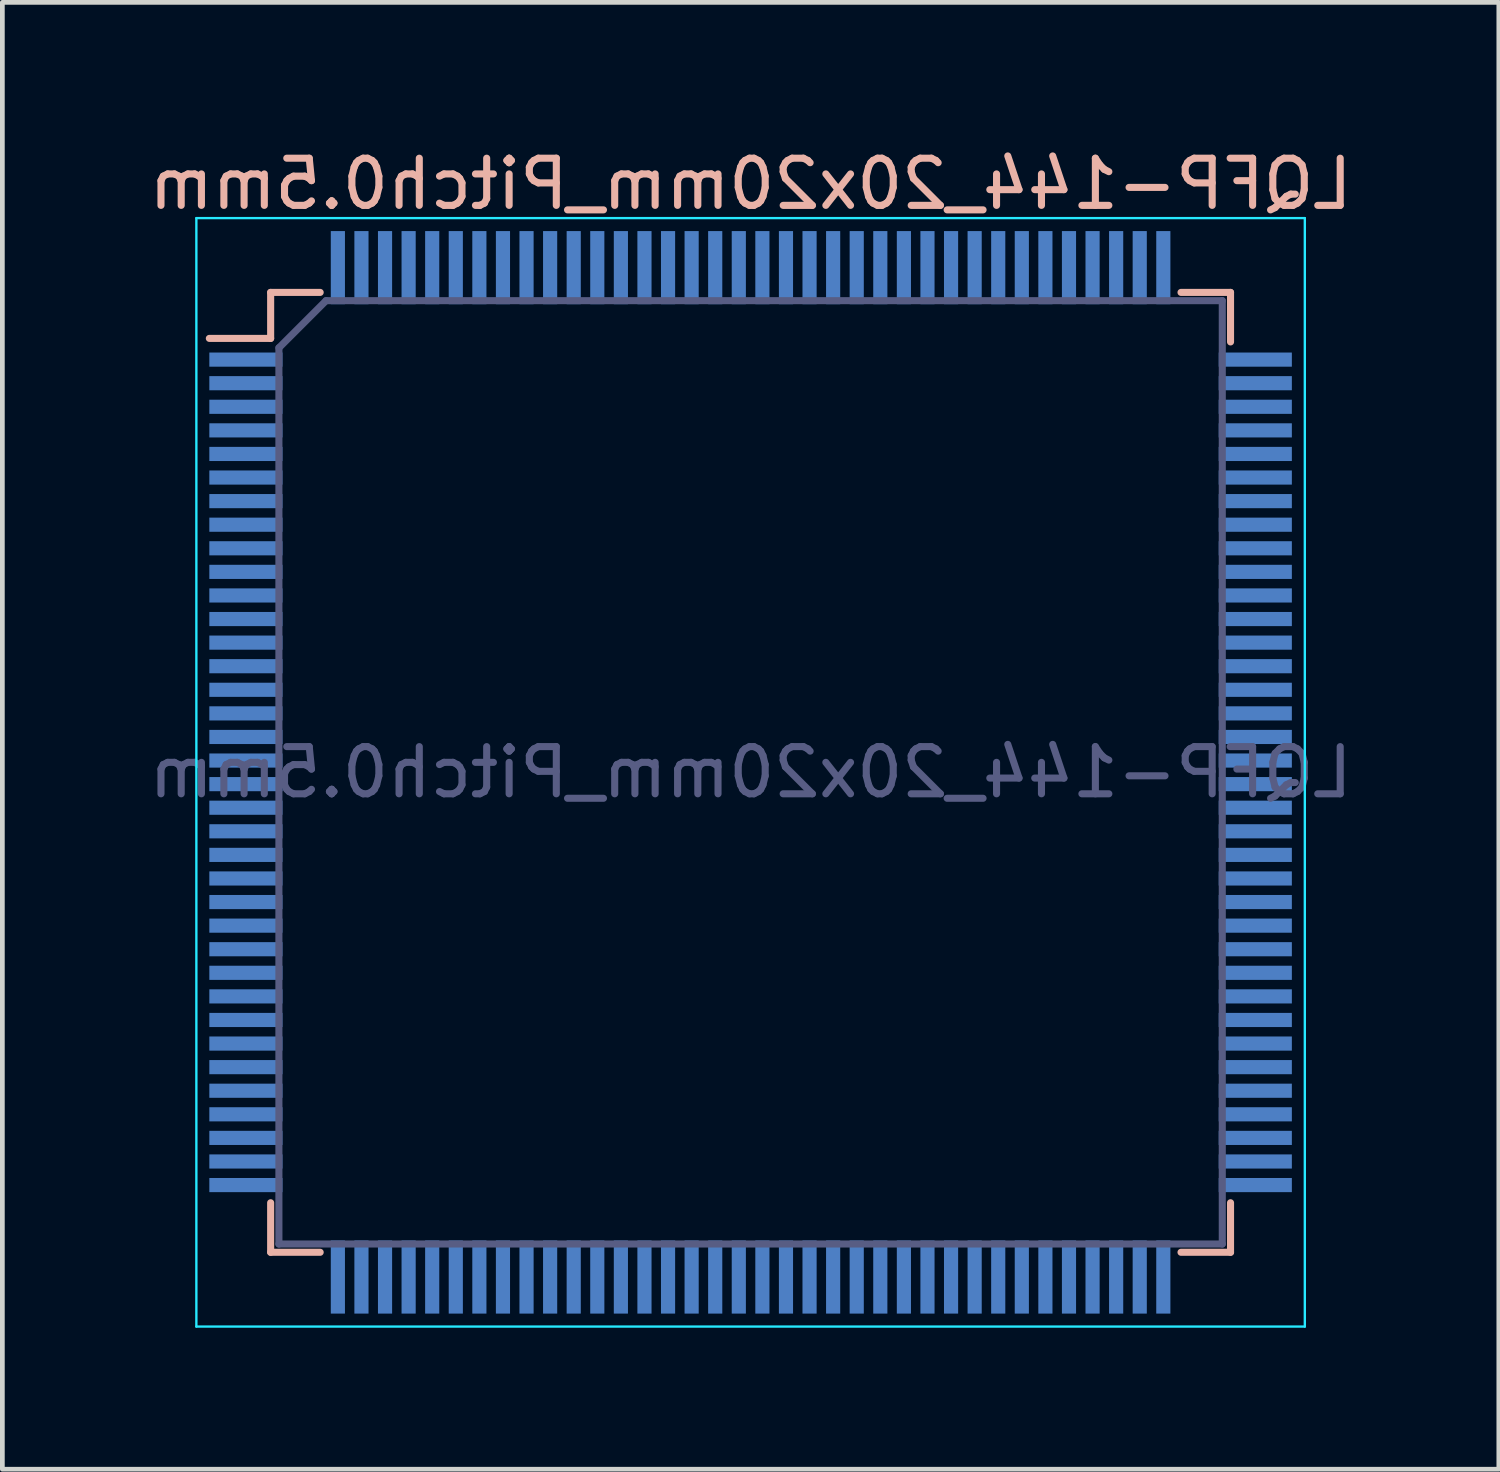
<source format=kicad_pcb>
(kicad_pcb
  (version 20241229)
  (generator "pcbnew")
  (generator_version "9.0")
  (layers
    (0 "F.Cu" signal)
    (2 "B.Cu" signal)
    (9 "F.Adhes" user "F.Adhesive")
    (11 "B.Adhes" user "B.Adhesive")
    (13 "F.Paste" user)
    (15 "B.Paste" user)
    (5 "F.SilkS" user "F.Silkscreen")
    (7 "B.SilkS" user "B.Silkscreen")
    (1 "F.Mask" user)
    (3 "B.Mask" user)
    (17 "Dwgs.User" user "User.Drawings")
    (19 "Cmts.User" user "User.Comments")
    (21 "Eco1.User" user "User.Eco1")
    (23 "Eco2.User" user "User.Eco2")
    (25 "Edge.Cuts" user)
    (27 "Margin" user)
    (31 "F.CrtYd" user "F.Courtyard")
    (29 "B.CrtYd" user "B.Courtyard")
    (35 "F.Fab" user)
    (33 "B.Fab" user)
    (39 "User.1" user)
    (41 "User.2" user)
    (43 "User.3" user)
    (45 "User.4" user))
  (footprint "LQFP-144_20x20mm_Pitch0.5mm"
    (layer "F.Cu")
    (at 12.863 13.349)
    (property "Reference" "LQFP-144_20x20mm_Pitch0.5mm" (at 0 -12.5 180) (layer "B.SilkS") (effects (font (size 1 1) (thickness 0.15)) (justify mirror)))
    (attr smd)
    (fp_line (start -10.175 -10.2) (end -10.175 -9.225) (stroke (width 0.15) (type solid)) (layer "B.SilkS"))
    (fp_line (start -10.175 -10.2) (end -9.125 -10.2) (stroke (width 0.15) (type solid)) (layer "B.SilkS"))
    (fp_line (start -10.175 -9.225) (end -11.475 -9.225) (stroke (width 0.15) (type solid)) (layer "B.SilkS"))
    (fp_line (start -10.175 10.15) (end -10.175 9.1) (stroke (width 0.15) (type solid)) (layer "B.SilkS"))
    (fp_line (start -10.175 10.15) (end -9.125 10.15) (stroke (width 0.15) (type solid)) (layer "B.SilkS"))
    (fp_line (start 10.175 -10.2) (end 9.125 -10.2) (stroke (width 0.15) (type solid)) (layer "B.SilkS"))
    (fp_line (start 10.175 -10.2) (end 10.175 -9.15) (stroke (width 0.15) (type solid)) (layer "B.SilkS"))
    (fp_line (start 10.175 10.15) (end 9.125 10.15) (stroke (width 0.15) (type solid)) (layer "B.SilkS"))
    (fp_line (start 10.175 10.15) (end 10.175 9.1) (stroke (width 0.15) (type solid)) (layer "B.SilkS"))
    (fp_line (start -11.75 -11.775) (end -11.75 11.725) (stroke (width 0.05) (type solid)) (layer "B.CrtYd"))
    (fp_line (start -11.75 -11.775) (end 11.75 -11.775) (stroke (width 0.05) (type solid)) (layer "B.CrtYd"))
    (fp_line (start -11.75 11.725) (end 11.75 11.725) (stroke (width 0.05) (type solid)) (layer "B.CrtYd"))
    (fp_line (start 11.75 -11.775) (end 11.75 11.725) (stroke (width 0.05) (type solid)) (layer "B.CrtYd"))
    (fp_line (start -10 -9.025) (end -9 -10.025) (stroke (width 0.15) (type solid)) (layer "B.Fab"))
    (fp_line (start -10 9.975) (end -10 -9.025) (stroke (width 0.15) (type solid)) (layer "B.Fab"))
    (fp_line (start -9 -10.025) (end 10 -10.025) (stroke (width 0.15) (type solid)) (layer "B.Fab"))
    (fp_line (start 10 -10.025) (end 10 9.975) (stroke (width 0.15) (type solid)) (layer "B.Fab"))
    (fp_line (start 10 9.975) (end -10 9.975) (stroke (width 0.15) (type solid)) (layer "B.Fab"))
    (fp_text user "${REFERENCE}" (at 0 -0.025 180) (layer "B.Fab") (effects (font (size 1 1) (thickness 0.15)) (justify mirror)))
    (pad "1" smd rect (at -10.7 -8.775 180) (size 1.55 0.3) (layers "B.Cu" "B.Mask" "B.Paste"))
    (pad "2" smd rect (at -10.7 -8.275 180) (size 1.55 0.3) (layers "B.Cu" "B.Mask" "B.Paste"))
    (pad "3" smd rect (at -10.7 -7.775 180) (size 1.55 0.3) (layers "B.Cu" "B.Mask" "B.Paste"))
    (pad "4" smd rect (at -10.7 -7.275 180) (size 1.55 0.3) (layers "B.Cu" "B.Mask" "B.Paste"))
    (pad "5" smd rect (at -10.7 -6.775 180) (size 1.55 0.3) (layers "B.Cu" "B.Mask" "B.Paste"))
    (pad "6" smd rect (at -10.7 -6.275 180) (size 1.55 0.3) (layers "B.Cu" "B.Mask" "B.Paste"))
    (pad "7" smd rect (at -10.7 -5.775 180) (size 1.55 0.3) (layers "B.Cu" "B.Mask" "B.Paste"))
    (pad "8" smd rect (at -10.7 -5.275 180) (size 1.55 0.3) (layers "B.Cu" "B.Mask" "B.Paste"))
    (pad "9" smd rect (at -10.7 -4.775 180) (size 1.55 0.3) (layers "B.Cu" "B.Mask" "B.Paste"))
    (pad "10" smd rect (at -10.7 -4.275 180) (size 1.55 0.3) (layers "B.Cu" "B.Mask" "B.Paste"))
    (pad "11" smd rect (at -10.7 -3.775 180) (size 1.55 0.3) (layers "B.Cu" "B.Mask" "B.Paste"))
    (pad "12" smd rect (at -10.7 -3.275 180) (size 1.55 0.3) (layers "B.Cu" "B.Mask" "B.Paste"))
    (pad "13" smd rect (at -10.7 -2.775 180) (size 1.55 0.3) (layers "B.Cu" "B.Mask" "B.Paste"))
    (pad "14" smd rect (at -10.7 -2.275 180) (size 1.55 0.3) (layers "B.Cu" "B.Mask" "B.Paste"))
    (pad "15" smd rect (at -10.7 -1.775 180) (size 1.55 0.3) (layers "B.Cu" "B.Mask" "B.Paste"))
    (pad "16" smd rect (at -10.7 -1.275 180) (size 1.55 0.3) (layers "B.Cu" "B.Mask" "B.Paste"))
    (pad "17" smd rect (at -10.7 -0.775 180) (size 1.55 0.3) (layers "B.Cu" "B.Mask" "B.Paste"))
    (pad "18" smd rect (at -10.7 -0.275 180) (size 1.55 0.3) (layers "B.Cu" "B.Mask" "B.Paste"))
    (pad "19" smd rect (at -10.7 0.225 180) (size 1.55 0.3) (layers "B.Cu" "B.Mask" "B.Paste"))
    (pad "20" smd rect (at -10.7 0.725 180) (size 1.55 0.3) (layers "B.Cu" "B.Mask" "B.Paste"))
    (pad "21" smd rect (at -10.7 1.225 180) (size 1.55 0.3) (layers "B.Cu" "B.Mask" "B.Paste"))
    (pad "22" smd rect (at -10.7 1.725 180) (size 1.55 0.3) (layers "B.Cu" "B.Mask" "B.Paste"))
    (pad "23" smd rect (at -10.7 2.225 180) (size 1.55 0.3) (layers "B.Cu" "B.Mask" "B.Paste"))
    (pad "24" smd rect (at -10.7 2.725 180) (size 1.55 0.3) (layers "B.Cu" "B.Mask" "B.Paste"))
    (pad "25" smd rect (at -10.7 3.225 180) (size 1.55 0.3) (layers "B.Cu" "B.Mask" "B.Paste"))
    (pad "26" smd rect (at -10.7 3.725 180) (size 1.55 0.3) (layers "B.Cu" "B.Mask" "B.Paste"))
    (pad "27" smd rect (at -10.7 4.225 180) (size 1.55 0.3) (layers "B.Cu" "B.Mask" "B.Paste"))
    (pad "28" smd rect (at -10.7 4.725 180) (size 1.55 0.3) (layers "B.Cu" "B.Mask" "B.Paste"))
    (pad "29" smd rect (at -10.7 5.225 180) (size 1.55 0.3) (layers "B.Cu" "B.Mask" "B.Paste"))
    (pad "30" smd rect (at -10.7 5.725 180) (size 1.55 0.3) (layers "B.Cu" "B.Mask" "B.Paste"))
    (pad "31" smd rect (at -10.7 6.225 180) (size 1.55 0.3) (layers "B.Cu" "B.Mask" "B.Paste"))
    (pad "32" smd rect (at -10.7 6.725 180) (size 1.55 0.3) (layers "B.Cu" "B.Mask" "B.Paste"))
    (pad "33" smd rect (at -10.7 7.225 180) (size 1.55 0.3) (layers "B.Cu" "B.Mask" "B.Paste"))
    (pad "34" smd rect (at -10.7 7.725 180) (size 1.55 0.3) (layers "B.Cu" "B.Mask" "B.Paste"))
    (pad "35" smd rect (at -10.7 8.225 180) (size 1.55 0.3) (layers "B.Cu" "B.Mask" "B.Paste"))
    (pad "36" smd rect (at -10.7 8.725 180) (size 1.55 0.3) (layers "B.Cu" "B.Mask" "B.Paste"))
    (pad "37" smd rect (at -8.75 10.675 270) (size 1.55 0.3) (layers "B.Cu" "B.Mask" "B.Paste"))
    (pad "38" smd rect (at -8.25 10.675 270) (size 1.55 0.3) (layers "B.Cu" "B.Mask" "B.Paste"))
    (pad "39" smd rect (at -7.75 10.675 270) (size 1.55 0.3) (layers "B.Cu" "B.Mask" "B.Paste"))
    (pad "40" smd rect (at -7.25 10.675 270) (size 1.55 0.3) (layers "B.Cu" "B.Mask" "B.Paste"))
    (pad "41" smd rect (at -6.75 10.675 270) (size 1.55 0.3) (layers "B.Cu" "B.Mask" "B.Paste"))
    (pad "42" smd rect (at -6.25 10.675 270) (size 1.55 0.3) (layers "B.Cu" "B.Mask" "B.Paste"))
    (pad "43" smd rect (at -5.75 10.675 270) (size 1.55 0.3) (layers "B.Cu" "B.Mask" "B.Paste"))
    (pad "44" smd rect (at -5.25 10.675 270) (size 1.55 0.3) (layers "B.Cu" "B.Mask" "B.Paste"))
    (pad "45" smd rect (at -4.75 10.675 270) (size 1.55 0.3) (layers "B.Cu" "B.Mask" "B.Paste"))
    (pad "46" smd rect (at -4.25 10.675 270) (size 1.55 0.3) (layers "B.Cu" "B.Mask" "B.Paste"))
    (pad "47" smd rect (at -3.75 10.675 270) (size 1.55 0.3) (layers "B.Cu" "B.Mask" "B.Paste"))
    (pad "48" smd rect (at -3.25 10.675 270) (size 1.55 0.3) (layers "B.Cu" "B.Mask" "B.Paste"))
    (pad "49" smd rect (at -2.75 10.675 270) (size 1.55 0.3) (layers "B.Cu" "B.Mask" "B.Paste"))
    (pad "50" smd rect (at -2.25 10.675 270) (size 1.55 0.3) (layers "B.Cu" "B.Mask" "B.Paste"))
    (pad "51" smd rect (at -1.75 10.675 270) (size 1.55 0.3) (layers "B.Cu" "B.Mask" "B.Paste"))
    (pad "52" smd rect (at -1.25 10.675 270) (size 1.55 0.3) (layers "B.Cu" "B.Mask" "B.Paste"))
    (pad "53" smd rect (at -0.75 10.675 270) (size 1.55 0.3) (layers "B.Cu" "B.Mask" "B.Paste"))
    (pad "54" smd rect (at -0.25 10.675 270) (size 1.55 0.3) (layers "B.Cu" "B.Mask" "B.Paste"))
    (pad "55" smd rect (at 0.25 10.675 270) (size 1.55 0.3) (layers "B.Cu" "B.Mask" "B.Paste"))
    (pad "56" smd rect (at 0.75 10.675 270) (size 1.55 0.3) (layers "B.Cu" "B.Mask" "B.Paste"))
    (pad "57" smd rect (at 1.25 10.675 270) (size 1.55 0.3) (layers "B.Cu" "B.Mask" "B.Paste"))
    (pad "58" smd rect (at 1.75 10.675 270) (size 1.55 0.3) (layers "B.Cu" "B.Mask" "B.Paste"))
    (pad "59" smd rect (at 2.25 10.675 270) (size 1.55 0.3) (layers "B.Cu" "B.Mask" "B.Paste"))
    (pad "60" smd rect (at 2.75 10.675 270) (size 1.55 0.3) (layers "B.Cu" "B.Mask" "B.Paste"))
    (pad "61" smd rect (at 3.25 10.675 270) (size 1.55 0.3) (layers "B.Cu" "B.Mask" "B.Paste"))
    (pad "62" smd rect (at 3.75 10.675 270) (size 1.55 0.3) (layers "B.Cu" "B.Mask" "B.Paste"))
    (pad "63" smd rect (at 4.25 10.675 270) (size 1.55 0.3) (layers "B.Cu" "B.Mask" "B.Paste"))
    (pad "64" smd rect (at 4.75 10.675 270) (size 1.55 0.3) (layers "B.Cu" "B.Mask" "B.Paste"))
    (pad "65" smd rect (at 5.25 10.675 270) (size 1.55 0.3) (layers "B.Cu" "B.Mask" "B.Paste"))
    (pad "66" smd rect (at 5.75 10.675 270) (size 1.55 0.3) (layers "B.Cu" "B.Mask" "B.Paste"))
    (pad "67" smd rect (at 6.25 10.675 270) (size 1.55 0.3) (layers "B.Cu" "B.Mask" "B.Paste"))
    (pad "68" smd rect (at 6.75 10.675 270) (size 1.55 0.3) (layers "B.Cu" "B.Mask" "B.Paste"))
    (pad "69" smd rect (at 7.25 10.675 270) (size 1.55 0.3) (layers "B.Cu" "B.Mask" "B.Paste"))
    (pad "70" smd rect (at 7.75 10.675 270) (size 1.55 0.3) (layers "B.Cu" "B.Mask" "B.Paste"))
    (pad "71" smd rect (at 8.25 10.675 270) (size 1.55 0.3) (layers "B.Cu" "B.Mask" "B.Paste"))
    (pad "72" smd rect (at 8.75 10.675 270) (size 1.55 0.3) (layers "B.Cu" "B.Mask" "B.Paste"))
    (pad "73" smd rect (at 10.7 8.725 180) (size 1.55 0.3) (layers "B.Cu" "B.Mask" "B.Paste"))
    (pad "74" smd rect (at 10.7 8.225 180) (size 1.55 0.3) (layers "B.Cu" "B.Mask" "B.Paste"))
    (pad "75" smd rect (at 10.7 7.725 180) (size 1.55 0.3) (layers "B.Cu" "B.Mask" "B.Paste"))
    (pad "76" smd rect (at 10.7 7.225 180) (size 1.55 0.3) (layers "B.Cu" "B.Mask" "B.Paste"))
    (pad "77" smd rect (at 10.7 6.725 180) (size 1.55 0.3) (layers "B.Cu" "B.Mask" "B.Paste"))
    (pad "78" smd rect (at 10.7 6.225 180) (size 1.55 0.3) (layers "B.Cu" "B.Mask" "B.Paste"))
    (pad "79" smd rect (at 10.7 5.725 180) (size 1.55 0.3) (layers "B.Cu" "B.Mask" "B.Paste"))
    (pad "80" smd rect (at 10.7 5.225 180) (size 1.55 0.3) (layers "B.Cu" "B.Mask" "B.Paste"))
    (pad "81" smd rect (at 10.7 4.725 180) (size 1.55 0.3) (layers "B.Cu" "B.Mask" "B.Paste"))
    (pad "82" smd rect (at 10.7 4.225 180) (size 1.55 0.3) (layers "B.Cu" "B.Mask" "B.Paste"))
    (pad "83" smd rect (at 10.7 3.725 180) (size 1.55 0.3) (layers "B.Cu" "B.Mask" "B.Paste"))
    (pad "84" smd rect (at 10.7 3.225 180) (size 1.55 0.3) (layers "B.Cu" "B.Mask" "B.Paste"))
    (pad "85" smd rect (at 10.7 2.725 180) (size 1.55 0.3) (layers "B.Cu" "B.Mask" "B.Paste"))
    (pad "86" smd rect (at 10.7 2.225 180) (size 1.55 0.3) (layers "B.Cu" "B.Mask" "B.Paste"))
    (pad "87" smd rect (at 10.7 1.725 180) (size 1.55 0.3) (layers "B.Cu" "B.Mask" "B.Paste"))
    (pad "88" smd rect (at 10.7 1.225 180) (size 1.55 0.3) (layers "B.Cu" "B.Mask" "B.Paste"))
    (pad "89" smd rect (at 10.7 0.725 180) (size 1.55 0.3) (layers "B.Cu" "B.Mask" "B.Paste"))
    (pad "90" smd rect (at 10.7 0.225 180) (size 1.55 0.3) (layers "B.Cu" "B.Mask" "B.Paste"))
    (pad "91" smd rect (at 10.7 -0.275 180) (size 1.55 0.3) (layers "B.Cu" "B.Mask" "B.Paste"))
    (pad "92" smd rect (at 10.7 -0.775 180) (size 1.55 0.3) (layers "B.Cu" "B.Mask" "B.Paste"))
    (pad "93" smd rect (at 10.7 -1.275 180) (size 1.55 0.3) (layers "B.Cu" "B.Mask" "B.Paste"))
    (pad "94" smd rect (at 10.7 -1.775 180) (size 1.55 0.3) (layers "B.Cu" "B.Mask" "B.Paste"))
    (pad "95" smd rect (at 10.7 -2.275 180) (size 1.55 0.3) (layers "B.Cu" "B.Mask" "B.Paste"))
    (pad "96" smd rect (at 10.7 -2.775 180) (size 1.55 0.3) (layers "B.Cu" "B.Mask" "B.Paste"))
    (pad "97" smd rect (at 10.7 -3.275 180) (size 1.55 0.3) (layers "B.Cu" "B.Mask" "B.Paste"))
    (pad "98" smd rect (at 10.7 -3.775 180) (size 1.55 0.3) (layers "B.Cu" "B.Mask" "B.Paste"))
    (pad "99" smd rect (at 10.7 -4.275 180) (size 1.55 0.3) (layers "B.Cu" "B.Mask" "B.Paste"))
    (pad "100" smd rect (at 10.7 -4.775 180) (size 1.55 0.3) (layers "B.Cu" "B.Mask" "B.Paste"))
    (pad "101" smd rect (at 10.7 -5.275 180) (size 1.55 0.3) (layers "B.Cu" "B.Mask" "B.Paste"))
    (pad "102" smd rect (at 10.7 -5.775 180) (size 1.55 0.3) (layers "B.Cu" "B.Mask" "B.Paste"))
    (pad "103" smd rect (at 10.7 -6.275 180) (size 1.55 0.3) (layers "B.Cu" "B.Mask" "B.Paste"))
    (pad "104" smd rect (at 10.7 -6.775 180) (size 1.55 0.3) (layers "B.Cu" "B.Mask" "B.Paste"))
    (pad "105" smd rect (at 10.7 -7.275 180) (size 1.55 0.3) (layers "B.Cu" "B.Mask" "B.Paste"))
    (pad "106" smd rect (at 10.7 -7.775 180) (size 1.55 0.3) (layers "B.Cu" "B.Mask" "B.Paste"))
    (pad "107" smd rect (at 10.7 -8.275 180) (size 1.55 0.3) (layers "B.Cu" "B.Mask" "B.Paste"))
    (pad "108" smd rect (at 10.7 -8.775 180) (size 1.55 0.3) (layers "B.Cu" "B.Mask" "B.Paste"))
    (pad "109" smd rect (at 8.75 -10.725 270) (size 1.55 0.3) (layers "B.Cu" "B.Mask" "B.Paste"))
    (pad "110" smd rect (at 8.25 -10.725 270) (size 1.55 0.3) (layers "B.Cu" "B.Mask" "B.Paste"))
    (pad "111" smd rect (at 7.75 -10.725 270) (size 1.55 0.3) (layers "B.Cu" "B.Mask" "B.Paste"))
    (pad "112" smd rect (at 7.25 -10.725 270) (size 1.55 0.3) (layers "B.Cu" "B.Mask" "B.Paste"))
    (pad "113" smd rect (at 6.75 -10.725 270) (size 1.55 0.3) (layers "B.Cu" "B.Mask" "B.Paste"))
    (pad "114" smd rect (at 6.25 -10.725 270) (size 1.55 0.3) (layers "B.Cu" "B.Mask" "B.Paste"))
    (pad "115" smd rect (at 5.75 -10.725 270) (size 1.55 0.3) (layers "B.Cu" "B.Mask" "B.Paste"))
    (pad "116" smd rect (at 5.25 -10.725 270) (size 1.55 0.3) (layers "B.Cu" "B.Mask" "B.Paste"))
    (pad "117" smd rect (at 4.75 -10.725 270) (size 1.55 0.3) (layers "B.Cu" "B.Mask" "B.Paste"))
    (pad "118" smd rect (at 4.25 -10.725 270) (size 1.55 0.3) (layers "B.Cu" "B.Mask" "B.Paste"))
    (pad "119" smd rect (at 3.75 -10.725 270) (size 1.55 0.3) (layers "B.Cu" "B.Mask" "B.Paste"))
    (pad "120" smd rect (at 3.25 -10.725 270) (size 1.55 0.3) (layers "B.Cu" "B.Mask" "B.Paste"))
    (pad "121" smd rect (at 2.75 -10.725 270) (size 1.55 0.3) (layers "B.Cu" "B.Mask" "B.Paste"))
    (pad "122" smd rect (at 2.25 -10.725 270) (size 1.55 0.3) (layers "B.Cu" "B.Mask" "B.Paste"))
    (pad "123" smd rect (at 1.75 -10.725 270) (size 1.55 0.3) (layers "B.Cu" "B.Mask" "B.Paste"))
    (pad "124" smd rect (at 1.25 -10.725 270) (size 1.55 0.3) (layers "B.Cu" "B.Mask" "B.Paste"))
    (pad "125" smd rect (at 0.75 -10.725 270) (size 1.55 0.3) (layers "B.Cu" "B.Mask" "B.Paste"))
    (pad "126" smd rect (at 0.25 -10.725 270) (size 1.55 0.3) (layers "B.Cu" "B.Mask" "B.Paste"))
    (pad "127" smd rect (at -0.25 -10.725 270) (size 1.55 0.3) (layers "B.Cu" "B.Mask" "B.Paste"))
    (pad "128" smd rect (at -0.75 -10.725 270) (size 1.55 0.3) (layers "B.Cu" "B.Mask" "B.Paste"))
    (pad "129" smd rect (at -1.25 -10.725 270) (size 1.55 0.3) (layers "B.Cu" "B.Mask" "B.Paste"))
    (pad "130" smd rect (at -1.75 -10.725 270) (size 1.55 0.3) (layers "B.Cu" "B.Mask" "B.Paste"))
    (pad "131" smd rect (at -2.25 -10.725 270) (size 1.55 0.3) (layers "B.Cu" "B.Mask" "B.Paste"))
    (pad "132" smd rect (at -2.75 -10.725 270) (size 1.55 0.3) (layers "B.Cu" "B.Mask" "B.Paste"))
    (pad "133" smd rect (at -3.25 -10.725 270) (size 1.55 0.3) (layers "B.Cu" "B.Mask" "B.Paste"))
    (pad "134" smd rect (at -3.75 -10.725 270) (size 1.55 0.3) (layers "B.Cu" "B.Mask" "B.Paste"))
    (pad "135" smd rect (at -4.25 -10.725 270) (size 1.55 0.3) (layers "B.Cu" "B.Mask" "B.Paste"))
    (pad "136" smd rect (at -4.75 -10.725 270) (size 1.55 0.3) (layers "B.Cu" "B.Mask" "B.Paste"))
    (pad "137" smd rect (at -5.25 -10.725 270) (size 1.55 0.3) (layers "B.Cu" "B.Mask" "B.Paste"))
    (pad "138" smd rect (at -5.75 -10.725 270) (size 1.55 0.3) (layers "B.Cu" "B.Mask" "B.Paste"))
    (pad "139" smd rect (at -6.25 -10.725 270) (size 1.55 0.3) (layers "B.Cu" "B.Mask" "B.Paste"))
    (pad "140" smd rect (at -6.75 -10.725 270) (size 1.55 0.3) (layers "B.Cu" "B.Mask" "B.Paste"))
    (pad "141" smd rect (at -7.25 -10.725 270) (size 1.55 0.3) (layers "B.Cu" "B.Mask" "B.Paste"))
    (pad "142" smd rect (at -7.75 -10.725 270) (size 1.55 0.3) (layers "B.Cu" "B.Mask" "B.Paste"))
    (pad "143" smd rect (at -8.25 -10.725 270) (size 1.55 0.3) (layers "B.Cu" "B.Mask" "B.Paste"))
    (pad "144" smd rect (at -8.75 -10.725 270) (size 1.55 0.3) (layers "B.Cu" "B.Mask" "B.Paste")))
  (gr_rect
    (start -3 -3)
    (end 28.726 28.098)
    (stroke (width 0.1) (type default))
    (fill no)
    (layer "Edge.Cuts")))
</source>
